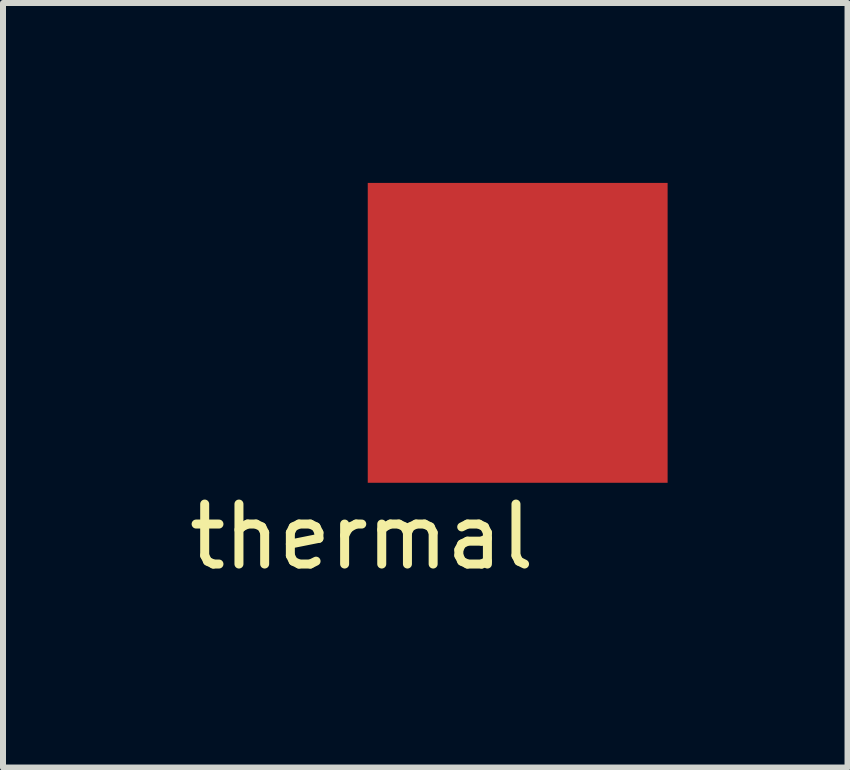
<source format=kicad_pcb>
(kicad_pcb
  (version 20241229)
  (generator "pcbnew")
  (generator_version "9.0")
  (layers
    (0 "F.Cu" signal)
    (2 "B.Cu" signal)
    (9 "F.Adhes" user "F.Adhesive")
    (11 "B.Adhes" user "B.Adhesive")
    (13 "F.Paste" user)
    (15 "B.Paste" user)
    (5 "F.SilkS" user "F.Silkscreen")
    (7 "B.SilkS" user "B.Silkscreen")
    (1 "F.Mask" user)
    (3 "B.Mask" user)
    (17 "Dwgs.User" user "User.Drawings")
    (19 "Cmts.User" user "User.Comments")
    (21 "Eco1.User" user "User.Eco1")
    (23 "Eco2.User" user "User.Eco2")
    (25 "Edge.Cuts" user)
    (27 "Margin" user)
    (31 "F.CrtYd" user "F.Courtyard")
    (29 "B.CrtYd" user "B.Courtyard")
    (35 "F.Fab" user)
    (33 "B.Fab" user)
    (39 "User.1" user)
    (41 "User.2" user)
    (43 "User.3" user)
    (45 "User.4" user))
  (footprint "thermal"
    (layer "F.Cu")
    (at 5.582 2.5)
    (property "Reference" "thermal" (at -2.6 3.4 0) (layer "F.SilkS") (effects (font (size 1 1) (thickness 0.15))))
    (attr through_hole)
    (pad "1" smd rect (at 0 0) (size 5 5) (layers "F.Cu" "F.Mask" "F.Paste")))
  (gr_rect
    (start -3 -3)
    (end 11.082 9.748)
    (stroke (width 0.1) (type default))
    (fill no)
    (layer "Edge.Cuts")))
</source>
